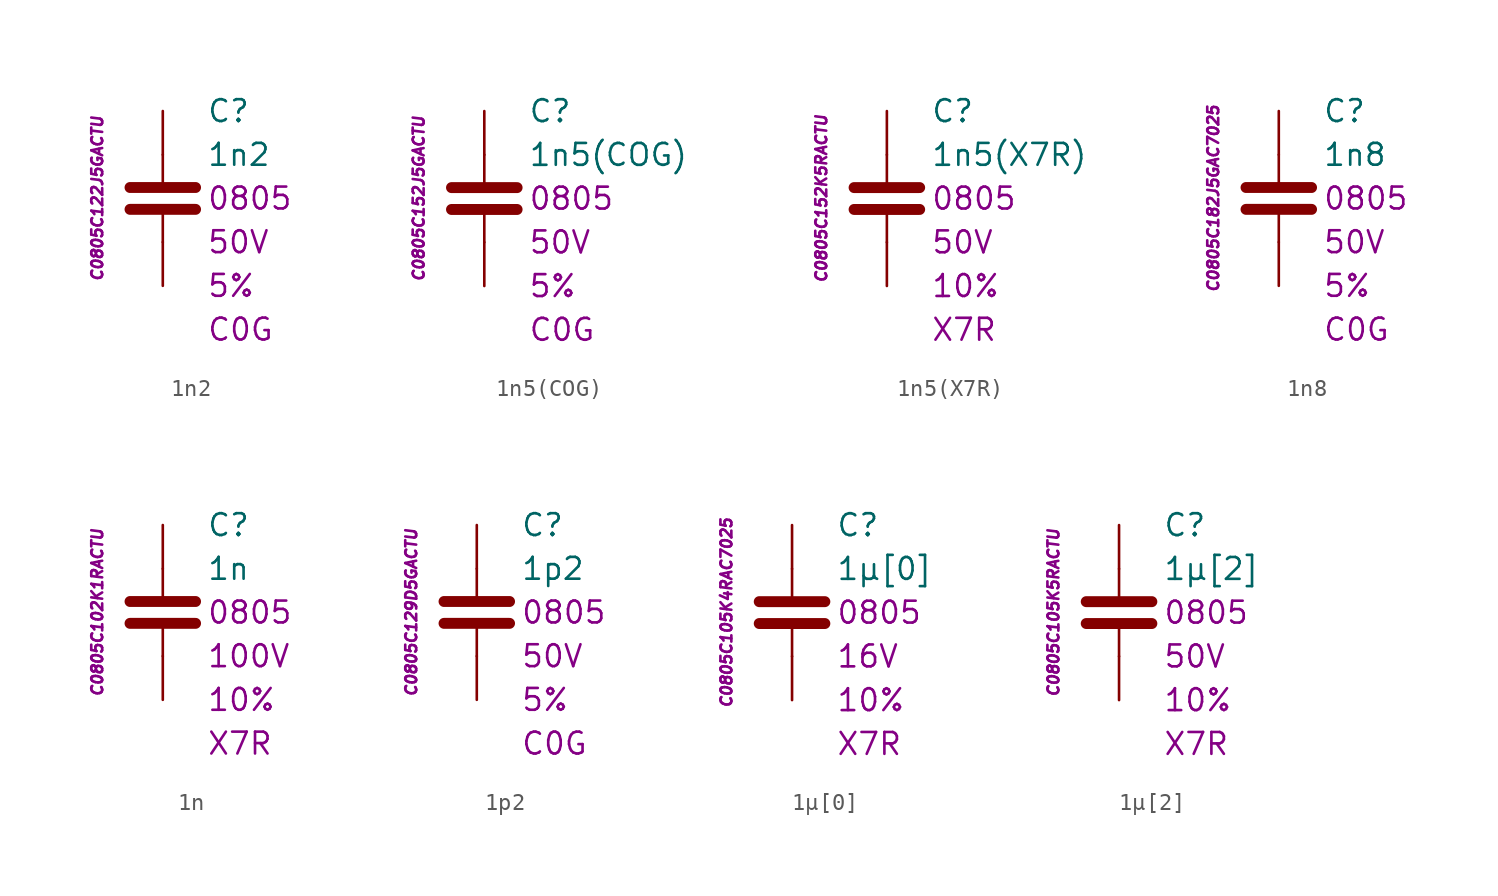
<source format=kicad_sym>
(kicad_symbol_lib
  (version 20201005)
  (generator kicad_symbol_editor)
  (symbol "C.Kemet.MLCC.0805:1n2"
    (pin_numbers hide)
    (pin_names
      (offset 1.016) hide)
    (property "Reference" "C"
      (at 2.54 5.08 0)
      (effects (font (size 1.27 1.27)) (justify left)))
    (property "Value" "1n2"
      (at 2.54 2.54 0)
      (effects (font (size 1.27 1.27)) (justify left)))
    (property "Package" "0805"
      (at 2.54 0 0)
      (effects (font (size 1.27 1.27)) (justify left)))
    (property "Voltage" "50V"
      (at 2.54 -2.54 0)
      (effects (font (size 1.27 1.27)) (justify left)))
    (property "Tolerance" "5%"
      (at 2.54 -5.08 0)
      (effects (font (size 1.27 1.27)) (justify left)))
    (property "Dielectric" "C0G"
      (at 2.54 -7.62 0)
      (effects (font (size 1.27 1.27)) (justify left)))
    (property "ID" "C0805C122J5GACTU"
      (at -3.81 0 90)
      (effects (font (size 0.635 0.635) italic)))
    (symbol "1n2_0_1"
      (polyline (pts (xy -1.905 -0.635) (xy 1.905 -0.635)) (stroke (width 0.635)) (fill (type none)))
      (polyline (pts (xy -1.905 0.635) (xy 1.905 0.635)) (stroke (width 0.635)) (fill (type none)))
      (polyline (pts (xy 0 -2.54) (xy 0 -0.635)) (stroke (width 0.152)) (fill (type none)))
      (polyline (pts (xy 0 0.635) (xy 0 2.54)) (stroke (width 0.152)) (fill (type none))))
    (symbol "1n2_1_1"
      (pin passive line (at 0 5.08 270) (length 2.54) (name "~" (effects (font (size 1.778 1.778)))) (number "1" (effects (font (size 1.778 1.778)))))
      (pin passive line (at 0 -5.08 90) (length 2.54) (name "~" (effects (font (size 1.778 1.778)))) (number "2" (effects (font (size 1.778 1.778)))))))
  (symbol "C.Kemet.MLCC.0805:1n5(COG)"
    (pin_numbers hide)
    (pin_names
      (offset 1.016) hide)
    (property "Reference" "C"
      (at 2.54 5.08 0)
      (effects (font (size 1.27 1.27)) (justify left)))
    (property "Value" "1n5(COG)"
      (at 2.54 2.54 0)
      (effects (font (size 1.27 1.27)) (justify left)))
    (property "Package" "0805"
      (at 2.54 0 0)
      (effects (font (size 1.27 1.27)) (justify left)))
    (property "Voltage" "50V"
      (at 2.54 -2.54 0)
      (effects (font (size 1.27 1.27)) (justify left)))
    (property "Tolerance" "5%"
      (at 2.54 -5.08 0)
      (effects (font (size 1.27 1.27)) (justify left)))
    (property "Dielectric" "C0G"
      (at 2.54 -7.62 0)
      (effects (font (size 1.27 1.27)) (justify left)))
    (property "ID" "C0805C152J5GACTU"
      (at -3.81 0 90)
      (effects (font (size 0.635 0.635) italic)))
    (symbol "1n5(COG)_0_1"
      (polyline (pts (xy -1.905 -0.635) (xy 1.905 -0.635)) (stroke (width 0.635)) (fill (type none)))
      (polyline (pts (xy -1.905 0.635) (xy 1.905 0.635)) (stroke (width 0.635)) (fill (type none)))
      (polyline (pts (xy 0 -2.54) (xy 0 -0.635)) (stroke (width 0.152)) (fill (type none)))
      (polyline (pts (xy 0 0.635) (xy 0 2.54)) (stroke (width 0.152)) (fill (type none))))
    (symbol "1n5(COG)_1_1"
      (pin passive line (at 0 5.08 270) (length 2.54) (name "~" (effects (font (size 1.778 1.778)))) (number "1" (effects (font (size 1.778 1.778)))))
      (pin passive line (at 0 -5.08 90) (length 2.54) (name "~" (effects (font (size 1.778 1.778)))) (number "2" (effects (font (size 1.778 1.778)))))))
  (symbol "C.Kemet.MLCC.0805:1n5(X7R)"
    (pin_numbers hide)
    (pin_names
      (offset 1.016) hide)
    (property "Reference" "C"
      (at 2.54 5.08 0)
      (effects (font (size 1.27 1.27)) (justify left)))
    (property "Value" "1n5(X7R)"
      (at 2.54 2.54 0)
      (effects (font (size 1.27 1.27)) (justify left)))
    (property "Package" "0805"
      (at 2.54 0 0)
      (effects (font (size 1.27 1.27)) (justify left)))
    (property "Voltage" "50V"
      (at 2.54 -2.54 0)
      (effects (font (size 1.27 1.27)) (justify left)))
    (property "Tolerance" "10%"
      (at 2.54 -5.08 0)
      (effects (font (size 1.27 1.27)) (justify left)))
    (property "Dielectric" "X7R"
      (at 2.54 -7.62 0)
      (effects (font (size 1.27 1.27)) (justify left)))
    (property "ID" "C0805C152K5RACTU"
      (at -3.81 0 90)
      (effects (font (size 0.635 0.635) italic)))
    (symbol "1n5(X7R)_0_1"
      (polyline (pts (xy -1.905 -0.635) (xy 1.905 -0.635)) (stroke (width 0.635)) (fill (type none)))
      (polyline (pts (xy -1.905 0.635) (xy 1.905 0.635)) (stroke (width 0.635)) (fill (type none)))
      (polyline (pts (xy 0 -2.54) (xy 0 -0.635)) (stroke (width 0.152)) (fill (type none)))
      (polyline (pts (xy 0 0.635) (xy 0 2.54)) (stroke (width 0.152)) (fill (type none))))
    (symbol "1n5(X7R)_1_1"
      (pin passive line (at 0 5.08 270) (length 2.54) (name "~" (effects (font (size 1.778 1.778)))) (number "1" (effects (font (size 1.778 1.778)))))
      (pin passive line (at 0 -5.08 90) (length 2.54) (name "~" (effects (font (size 1.778 1.778)))) (number "2" (effects (font (size 1.778 1.778)))))))
  (symbol "C.Kemet.MLCC.0805:1n8"
    (pin_numbers hide)
    (pin_names
      (offset 1.016) hide)
    (property "Reference" "C"
      (at 2.54 5.08 0)
      (effects (font (size 1.27 1.27)) (justify left)))
    (property "Value" "1n8"
      (at 2.54 2.54 0)
      (effects (font (size 1.27 1.27)) (justify left)))
    (property "Package" "0805"
      (at 2.54 0 0)
      (effects (font (size 1.27 1.27)) (justify left)))
    (property "Voltage" "50V"
      (at 2.54 -2.54 0)
      (effects (font (size 1.27 1.27)) (justify left)))
    (property "Tolerance" "5%"
      (at 2.54 -5.08 0)
      (effects (font (size 1.27 1.27)) (justify left)))
    (property "Dielectric" "C0G"
      (at 2.54 -7.62 0)
      (effects (font (size 1.27 1.27)) (justify left)))
    (property "ID" "C0805C182J5GAC7025"
      (at -3.81 0 90)
      (effects (font (size 0.635 0.635) italic)))
    (symbol "1n8_0_1"
      (polyline (pts (xy -1.905 -0.635) (xy 1.905 -0.635)) (stroke (width 0.635)) (fill (type none)))
      (polyline (pts (xy -1.905 0.635) (xy 1.905 0.635)) (stroke (width 0.635)) (fill (type none)))
      (polyline (pts (xy 0 -2.54) (xy 0 -0.635)) (stroke (width 0.152)) (fill (type none)))
      (polyline (pts (xy 0 0.635) (xy 0 2.54)) (stroke (width 0.152)) (fill (type none))))
    (symbol "1n8_1_1"
      (pin passive line (at 0 5.08 270) (length 2.54) (name "~" (effects (font (size 1.778 1.778)))) (number "1" (effects (font (size 1.778 1.778)))))
      (pin passive line (at 0 -5.08 90) (length 2.54) (name "~" (effects (font (size 1.778 1.778)))) (number "2" (effects (font (size 1.778 1.778)))))))
  (symbol "C.Kemet.MLCC.0805:1n"
    (pin_numbers hide)
    (pin_names
      (offset 1.016) hide)
    (property "Reference" "C"
      (at 2.54 5.08 0)
      (effects (font (size 1.27 1.27)) (justify left)))
    (property "Value" "1n"
      (at 2.54 2.54 0)
      (effects (font (size 1.27 1.27)) (justify left)))
    (property "Package" "0805"
      (at 2.54 0 0)
      (effects (font (size 1.27 1.27)) (justify left)))
    (property "Voltage" "100V"
      (at 2.54 -2.54 0)
      (effects (font (size 1.27 1.27)) (justify left)))
    (property "Tolerance" "10%"
      (at 2.54 -5.08 0)
      (effects (font (size 1.27 1.27)) (justify left)))
    (property "Dielectric" "X7R"
      (at 2.54 -7.62 0)
      (effects (font (size 1.27 1.27)) (justify left)))
    (property "ID" "C0805C102K1RACTU"
      (at -3.81 0 90)
      (effects (font (size 0.635 0.635) italic)))
    (symbol "1n_0_1"
      (polyline (pts (xy -1.905 -0.635) (xy 1.905 -0.635)) (stroke (width 0.635)) (fill (type none)))
      (polyline (pts (xy -1.905 0.635) (xy 1.905 0.635)) (stroke (width 0.635)) (fill (type none)))
      (polyline (pts (xy 0 -2.54) (xy 0 -0.635)) (stroke (width 0.152)) (fill (type none)))
      (polyline (pts (xy 0 0.635) (xy 0 2.54)) (stroke (width 0.152)) (fill (type none))))
    (symbol "1n_1_1"
      (pin passive line (at 0 5.08 270) (length 2.54) (name "~" (effects (font (size 1.778 1.778)))) (number "1" (effects (font (size 1.778 1.778)))))
      (pin passive line (at 0 -5.08 90) (length 2.54) (name "~" (effects (font (size 1.778 1.778)))) (number "2" (effects (font (size 1.778 1.778)))))))
  (symbol "C.Kemet.MLCC.0805:1p2"
    (pin_numbers hide)
    (pin_names
      (offset 1.016) hide)
    (property "Reference" "C"
      (at 2.54 5.08 0)
      (effects (font (size 1.27 1.27)) (justify left)))
    (property "Value" "1p2"
      (at 2.54 2.54 0)
      (effects (font (size 1.27 1.27)) (justify left)))
    (property "Package" "0805"
      (at 2.54 0 0)
      (effects (font (size 1.27 1.27)) (justify left)))
    (property "Voltage" "50V"
      (at 2.54 -2.54 0)
      (effects (font (size 1.27 1.27)) (justify left)))
    (property "Tolerance" "5%"
      (at 2.54 -5.08 0)
      (effects (font (size 1.27 1.27)) (justify left)))
    (property "Dielectric" "C0G"
      (at 2.54 -7.62 0)
      (effects (font (size 1.27 1.27)) (justify left)))
    (property "ID" "C0805C129D5GACTU"
      (at -3.81 0 90)
      (effects (font (size 0.635 0.635) italic)))
    (symbol "1p2_0_1"
      (polyline (pts (xy -1.905 -0.635) (xy 1.905 -0.635)) (stroke (width 0.635)) (fill (type none)))
      (polyline (pts (xy -1.905 0.635) (xy 1.905 0.635)) (stroke (width 0.635)) (fill (type none)))
      (polyline (pts (xy 0 -2.54) (xy 0 -0.635)) (stroke (width 0.152)) (fill (type none)))
      (polyline (pts (xy 0 0.635) (xy 0 2.54)) (stroke (width 0.152)) (fill (type none))))
    (symbol "1p2_1_1"
      (pin passive line (at 0 5.08 270) (length 2.54) (name "~" (effects (font (size 1.778 1.778)))) (number "1" (effects (font (size 1.778 1.778)))))
      (pin passive line (at 0 -5.08 90) (length 2.54) (name "~" (effects (font (size 1.778 1.778)))) (number "2" (effects (font (size 1.778 1.778)))))))
  (symbol "C.Kemet.MLCC.0805:1µ[0]"
    (pin_numbers hide)
    (pin_names
      (offset 1.016) hide)
    (property "Reference" "C"
      (at 2.54 5.08 0)
      (effects (font (size 1.27 1.27)) (justify left)))
    (property "Value" "1µ[0]"
      (at 2.54 2.54 0)
      (effects (font (size 1.27 1.27)) (justify left)))
    (property "Package" "0805"
      (at 2.54 0 0)
      (effects (font (size 1.27 1.27)) (justify left)))
    (property "Voltage" "16V"
      (at 2.54 -2.54 0)
      (effects (font (size 1.27 1.27)) (justify left)))
    (property "Tolerance" "10%"
      (at 2.54 -5.08 0)
      (effects (font (size 1.27 1.27)) (justify left)))
    (property "Dielectric" "X7R"
      (at 2.54 -7.62 0)
      (effects (font (size 1.27 1.27)) (justify left)))
    (property "ID" "C0805C105K4RAC7025"
      (at -3.81 0 90)
      (effects (font (size 0.635 0.635) italic)))
    (symbol "1µ[0]_0_1"
      (polyline (pts (xy -1.905 -0.635) (xy 1.905 -0.635)) (stroke (width 0.635)) (fill (type none)))
      (polyline (pts (xy -1.905 0.635) (xy 1.905 0.635)) (stroke (width 0.635)) (fill (type none)))
      (polyline (pts (xy 0 -2.54) (xy 0 -0.635)) (stroke (width 0.152)) (fill (type none)))
      (polyline (pts (xy 0 0.635) (xy 0 2.54)) (stroke (width 0.152)) (fill (type none))))
    (symbol "1µ[0]_1_1"
      (pin passive line (at 0 5.08 270) (length 2.54) (name "~" (effects (font (size 1.778 1.778)))) (number "1" (effects (font (size 1.778 1.778)))))
      (pin passive line (at 0 -5.08 90) (length 2.54) (name "~" (effects (font (size 1.778 1.778)))) (number "2" (effects (font (size 1.778 1.778)))))))
  (symbol "C.Kemet.MLCC.0805:1µ[2]"
    (pin_numbers hide)
    (pin_names
      (offset 1.016) hide)
    (property "Reference" "C"
      (at 2.54 5.08 0)
      (effects (font (size 1.27 1.27)) (justify left)))
    (property "Value" "1µ[2]"
      (at 2.54 2.54 0)
      (effects (font (size 1.27 1.27)) (justify left)))
    (property "Package" "0805"
      (at 2.54 0 0)
      (effects (font (size 1.27 1.27)) (justify left)))
    (property "Voltage" "50V"
      (at 2.54 -2.54 0)
      (effects (font (size 1.27 1.27)) (justify left)))
    (property "Tolerance" "10%"
      (at 2.54 -5.08 0)
      (effects (font (size 1.27 1.27)) (justify left)))
    (property "Dielectric" "X7R"
      (at 2.54 -7.62 0)
      (effects (font (size 1.27 1.27)) (justify left)))
    (property "ID" "C0805C105K5RACTU"
      (at -3.81 0 90)
      (effects (font (size 0.635 0.635) italic)))
    (symbol "1µ[2]_0_1"
      (polyline (pts (xy -1.905 -0.635) (xy 1.905 -0.635)) (stroke (width 0.635)) (fill (type none)))
      (polyline (pts (xy -1.905 0.635) (xy 1.905 0.635)) (stroke (width 0.635)) (fill (type none)))
      (polyline (pts (xy 0 -2.54) (xy 0 -0.635)) (stroke (width 0.152)) (fill (type none)))
      (polyline (pts (xy 0 0.635) (xy 0 2.54)) (stroke (width 0.152)) (fill (type none))))
    (symbol "1µ[2]_1_1"
      (pin passive line (at 0 5.08 270) (length 2.54) (name "~" (effects (font (size 1.778 1.778)))) (number "1" (effects (font (size 1.778 1.778)))))
      (pin passive line (at 0 -5.08 90) (length 2.54) (name "~" (effects (font (size 1.778 1.778)))) (number "2" (effects (font (size 1.778 1.778))))))))
</source>
